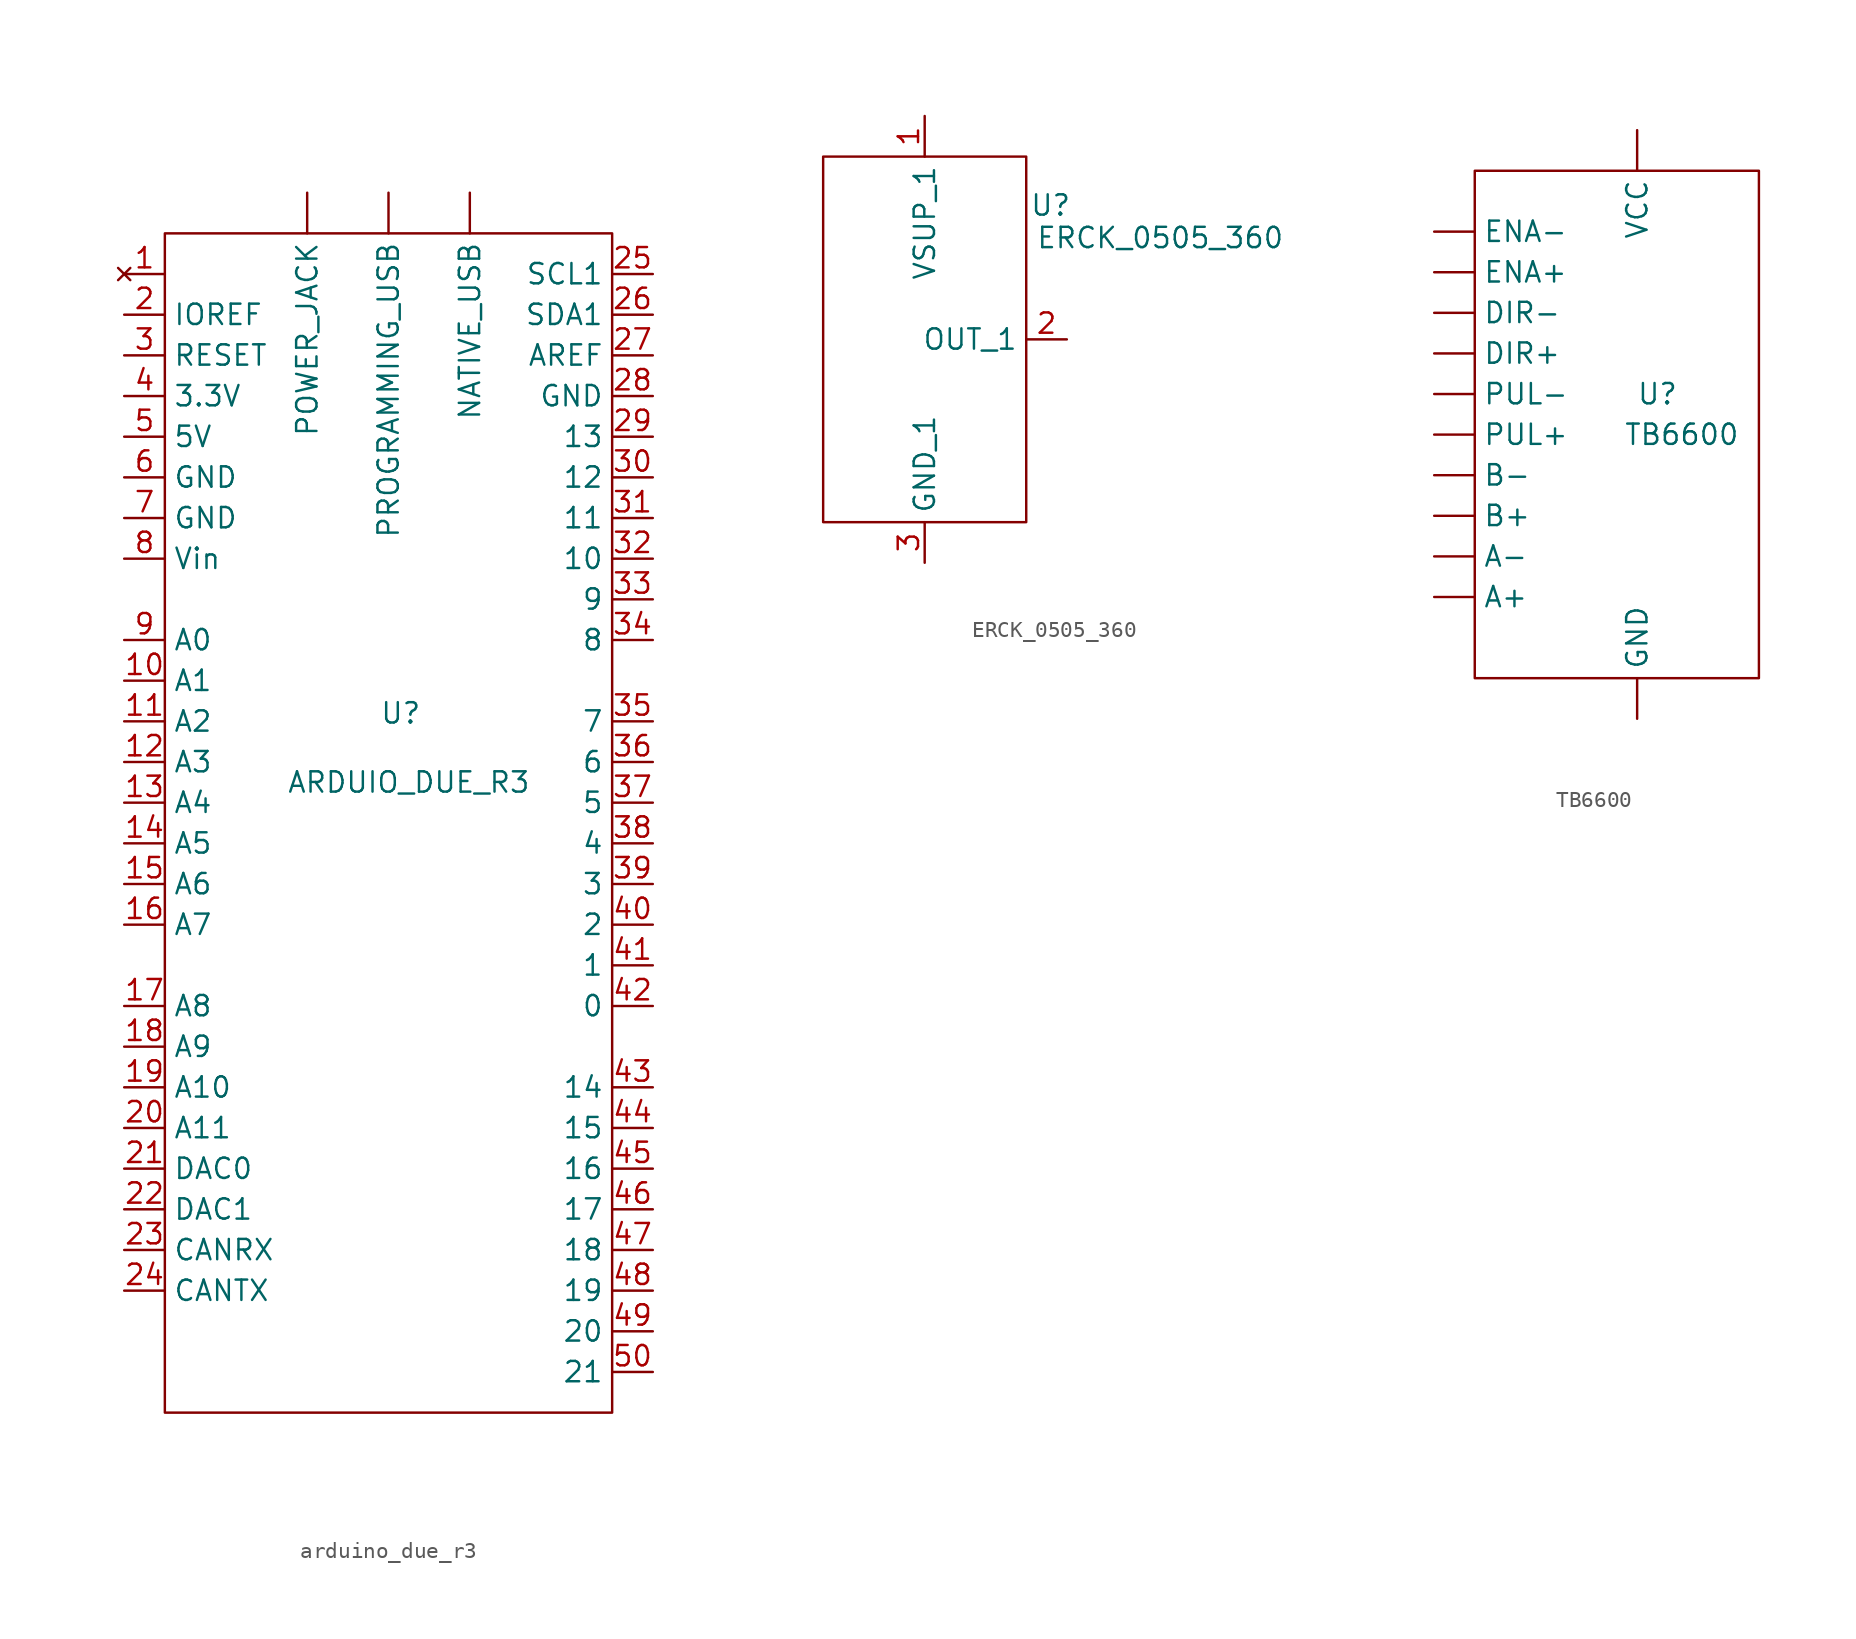
<source format=kicad_sym>
(kicad_symbol_lib
  (version 20241209)
  (generator "kicad_symbol_editor")
  (generator_version "9.0")
  (symbol "arduino_due_r3"
    (property "Reference" "U"
      (at -0.508 4.318 0)
      (effects (font (size 1.27 1.27))))
    (property "Value" "ARDUIO_DUE_R3"
      (at 0 0 0)
      (effects (font (size 1.27 1.27))))
    (symbol "arduino_due_r3_0_1"
      (rectangle (start -15.24 34.29) (end 12.7 -39.37) (stroke (width 0) (type default)) (fill (type none))))
    (symbol "arduino_due_r3_1_1"
      (pin no_connect line (at -17.78 31.75 0) (length 2.54) (name "" (effects (font (size 1.27 1.27)))) (number "1" (effects (font (size 1.27 1.27)))))
      (pin unspecified line (at -17.78 29.21 0) (length 2.54) (name "IOREF" (effects (font (size 1.27 1.27)))) (number "2" (effects (font (size 1.27 1.27)))))
      (pin input line (at -17.78 26.67 0) (length 2.54) (name "RESET" (effects (font (size 1.27 1.27)))) (number "3" (effects (font (size 1.27 1.27)))))
      (pin power_out line (at -17.78 24.13 0) (length 2.54) (name "3.3V" (effects (font (size 1.27 1.27)))) (number "4" (effects (font (size 1.27 1.27)))))
      (pin power_out line (at -17.78 21.59 0) (length 2.54) (name "5V" (effects (font (size 1.27 1.27)))) (number "5" (effects (font (size 1.27 1.27)))))
      (pin power_out line (at -17.78 19.05 0) (length 2.54) (name "GND" (effects (font (size 1.27 1.27)))) (number "6" (effects (font (size 1.27 1.27)))))
      (pin power_out line (at -17.78 16.51 0) (length 2.54) (name "GND" (effects (font (size 1.27 1.27)))) (number "7" (effects (font (size 1.27 1.27)))))
      (pin power_in line (at -17.78 13.97 0) (length 2.54) (name "Vin" (effects (font (size 1.27 1.27)))) (number "8" (effects (font (size 1.27 1.27)))))
      (pin bidirectional line (at -17.78 8.89 0) (length 2.54) (name "A0" (effects (font (size 1.27 1.27)))) (number "9" (effects (font (size 1.27 1.27)))))
      (pin bidirectional line (at -17.78 6.35 0) (length 2.54) (name "A1" (effects (font (size 1.27 1.27)))) (number "10" (effects (font (size 1.27 1.27)))))
      (pin bidirectional line (at -17.78 3.81 0) (length 2.54) (name "A2" (effects (font (size 1.27 1.27)))) (number "11" (effects (font (size 1.27 1.27)))))
      (pin bidirectional line (at -17.78 1.27 0) (length 2.54) (name "A3" (effects (font (size 1.27 1.27)))) (number "12" (effects (font (size 1.27 1.27)))))
      (pin bidirectional line (at -17.78 -1.27 0) (length 2.54) (name "A4" (effects (font (size 1.27 1.27)))) (number "13" (effects (font (size 1.27 1.27)))))
      (pin bidirectional line (at -17.78 -3.81 0) (length 2.54) (name "A5" (effects (font (size 1.27 1.27)))) (number "14" (effects (font (size 1.27 1.27)))))
      (pin bidirectional line (at -17.78 -6.35 0) (length 2.54) (name "A6" (effects (font (size 1.27 1.27)))) (number "15" (effects (font (size 1.27 1.27)))))
      (pin bidirectional line (at -17.78 -8.89 0) (length 2.54) (name "A7" (effects (font (size 1.27 1.27)))) (number "16" (effects (font (size 1.27 1.27)))))
      (pin bidirectional line (at -17.78 -13.97 0) (length 2.54) (name "A8" (effects (font (size 1.27 1.27)))) (number "17" (effects (font (size 1.27 1.27)))))
      (pin bidirectional line (at -17.78 -16.51 0) (length 2.54) (name "A9" (effects (font (size 1.27 1.27)))) (number "18" (effects (font (size 1.27 1.27)))))
      (pin bidirectional line (at -17.78 -19.05 0) (length 2.54) (name "A10" (effects (font (size 1.27 1.27)))) (number "19" (effects (font (size 1.27 1.27)))))
      (pin bidirectional line (at -17.78 -21.59 0) (length 2.54) (name "A11" (effects (font (size 1.27 1.27)))) (number "20" (effects (font (size 1.27 1.27)))))
      (pin bidirectional line (at -17.78 -24.13 0) (length 2.54) (name "DAC0" (effects (font (size 1.27 1.27)))) (number "21" (effects (font (size 1.27 1.27)))))
      (pin bidirectional line (at -17.78 -26.67 0) (length 2.54) (name "DAC1" (effects (font (size 1.27 1.27)))) (number "22" (effects (font (size 1.27 1.27)))))
      (pin bidirectional line (at -17.78 -29.21 0) (length 2.54) (name "CANRX" (effects (font (size 1.27 1.27)))) (number "23" (effects (font (size 1.27 1.27)))))
      (pin bidirectional line (at -17.78 -31.75 0) (length 2.54) (name "CANTX" (effects (font (size 1.27 1.27)))) (number "24" (effects (font (size 1.27 1.27)))))
      (pin bidirectional line (at -6.35 36.83 270) (length 2.54) (name "POWER_JACK" (effects (font (size 1.27 1.27)))) (number "" (effects (font (size 1.27 1.27)))))
      (pin bidirectional line (at -1.27 36.83 270) (length 2.54) (name "PROGRAMMING_USB" (effects (font (size 1.27 1.27)))) (number "" (effects (font (size 1.27 1.27)))))
      (pin bidirectional line (at 3.81 36.83 270) (length 2.54) (name "NATIVE_USB" (effects (font (size 1.27 1.27)))) (number "" (effects (font (size 1.27 1.27)))))
      (pin bidirectional line (at 15.24 31.75 180) (length 2.54) (name "SCL1" (effects (font (size 1.27 1.27)))) (number "25" (effects (font (size 1.27 1.27)))))
      (pin bidirectional line (at 15.24 29.21 180) (length 2.54) (name "SDA1" (effects (font (size 1.27 1.27)))) (number "26" (effects (font (size 1.27 1.27)))))
      (pin unspecified line (at 15.24 26.67 180) (length 2.54) (name "AREF" (effects (font (size 1.27 1.27)))) (number "27" (effects (font (size 1.27 1.27)))))
      (pin power_out line (at 15.24 24.13 180) (length 2.54) (name "GND" (effects (font (size 1.27 1.27)))) (number "28" (effects (font (size 1.27 1.27)))))
      (pin bidirectional line (at 15.24 21.59 180) (length 2.54) (name "13" (effects (font (size 1.27 1.27)))) (number "29" (effects (font (size 1.27 1.27)))))
      (pin bidirectional line (at 15.24 19.05 180) (length 2.54) (name "12" (effects (font (size 1.27 1.27)))) (number "30" (effects (font (size 1.27 1.27)))))
      (pin bidirectional line (at 15.24 16.51 180) (length 2.54) (name "11" (effects (font (size 1.27 1.27)))) (number "31" (effects (font (size 1.27 1.27)))))
      (pin bidirectional line (at 15.24 13.97 180) (length 2.54) (name "10" (effects (font (size 1.27 1.27)))) (number "32" (effects (font (size 1.27 1.27)))))
      (pin bidirectional line (at 15.24 11.43 180) (length 2.54) (name "9" (effects (font (size 1.27 1.27)))) (number "33" (effects (font (size 1.27 1.27)))))
      (pin bidirectional line (at 15.24 8.89 180) (length 2.54) (name "8" (effects (font (size 1.27 1.27)))) (number "34" (effects (font (size 1.27 1.27)))))
      (pin bidirectional line (at 15.24 3.81 180) (length 2.54) (name "7" (effects (font (size 1.27 1.27)))) (number "35" (effects (font (size 1.27 1.27)))))
      (pin bidirectional line (at 15.24 1.27 180) (length 2.54) (name "6" (effects (font (size 1.27 1.27)))) (number "36" (effects (font (size 1.27 1.27)))))
      (pin bidirectional line (at 15.24 -1.27 180) (length 2.54) (name "5" (effects (font (size 1.27 1.27)))) (number "37" (effects (font (size 1.27 1.27)))))
      (pin bidirectional line (at 15.24 -3.81 180) (length 2.54) (name "4" (effects (font (size 1.27 1.27)))) (number "38" (effects (font (size 1.27 1.27)))))
      (pin bidirectional line (at 15.24 -6.35 180) (length 2.54) (name "3" (effects (font (size 1.27 1.27)))) (number "39" (effects (font (size 1.27 1.27)))))
      (pin bidirectional line (at 15.24 -8.89 180) (length 2.54) (name "2" (effects (font (size 1.27 1.27)))) (number "40" (effects (font (size 1.27 1.27)))))
      (pin bidirectional line (at 15.24 -11.43 180) (length 2.54) (name "1" (effects (font (size 1.27 1.27)))) (number "41" (effects (font (size 1.27 1.27)))))
      (pin bidirectional line (at 15.24 -13.97 180) (length 2.54) (name "0" (effects (font (size 1.27 1.27)))) (number "42" (effects (font (size 1.27 1.27)))))
      (pin bidirectional line (at 15.24 -19.05 180) (length 2.54) (name "14" (effects (font (size 1.27 1.27)))) (number "43" (effects (font (size 1.27 1.27)))))
      (pin bidirectional line (at 15.24 -21.59 180) (length 2.54) (name "15" (effects (font (size 1.27 1.27)))) (number "44" (effects (font (size 1.27 1.27)))))
      (pin bidirectional line (at 15.24 -24.13 180) (length 2.54) (name "16" (effects (font (size 1.27 1.27)))) (number "45" (effects (font (size 1.27 1.27)))))
      (pin bidirectional line (at 15.24 -26.67 180) (length 2.54) (name "17" (effects (font (size 1.27 1.27)))) (number "46" (effects (font (size 1.27 1.27)))))
      (pin bidirectional line (at 15.24 -29.21 180) (length 2.54) (name "18" (effects (font (size 1.27 1.27)))) (number "47" (effects (font (size 1.27 1.27)))))
      (pin bidirectional line (at 15.24 -31.75 180) (length 2.54) (name "19" (effects (font (size 1.27 1.27)))) (number "48" (effects (font (size 1.27 1.27)))))
      (pin bidirectional line (at 15.24 -34.29 180) (length 2.54) (name "20" (effects (font (size 1.27 1.27)))) (number "49" (effects (font (size 1.27 1.27)))))
      (pin bidirectional line (at 15.24 -36.83 180) (length 2.54) (name "21" (effects (font (size 1.27 1.27)))) (number "50" (effects (font (size 1.27 1.27)))))))
  (symbol "ERCK_0505_360"
    (property "Reference" "U"
      (at 7.874 8.382 0)
      (effects (font (size 1.27 1.27))))
    (property "Value" "ERCK_0505_360"
      (at 14.732 6.35 0)
      (effects (font (size 1.27 1.27))))
    (symbol "ERCK_0505_360_0_1"
      (rectangle (start -6.35 11.43) (end 6.35 -11.43) (stroke (width 0) (type default)) (fill (type none))))
    (symbol "ERCK_0505_360_1_1"
      (pin power_in line (at 0 13.97 270) (length 2.54) (name "VSUP_1" (effects (font (size 1.27 1.27)))) (number "1" (effects (font (size 1.27 1.27)))))
      (pin power_in line (at 0 -13.97 90) (length 2.54) (name "GND_1" (effects (font (size 1.27 1.27)))) (number "3" (effects (font (size 1.27 1.27)))))
      (pin output line (at 8.89 0 180) (length 2.54) (name "OUT_1" (effects (font (size 1.27 1.27)))) (number "2" (effects (font (size 1.27 1.27)))))))
  (symbol "TB6600"
    (property "Reference" "U"
      (at 2.54 2.54 0)
      (effects (font (size 1.27 1.27))))
    (property "Value" "TB6600"
      (at 4.064 0 0)
      (effects (font (size 1.27 1.27))))
    (symbol "TB6600_0_1"
      (rectangle (start -8.89 16.51) (end 8.89 -15.24) (stroke (width 0) (type default)) (fill (type none))))
    (symbol "TB6600_1_1"
      (pin input line (at -11.43 12.7 0) (length 2.54) (name "ENA-" (effects (font (size 1.27 1.27)))) (number "" (effects (font (size 1.27 1.27)))))
      (pin input line (at -11.43 10.16 0) (length 2.54) (name "ENA+" (effects (font (size 1.27 1.27)))) (number "" (effects (font (size 1.27 1.27)))))
      (pin input line (at -11.43 7.62 0) (length 2.54) (name "DIR-" (effects (font (size 1.27 1.27)))) (number "" (effects (font (size 1.27 1.27)))))
      (pin input line (at -11.43 5.08 0) (length 2.54) (name "DIR+" (effects (font (size 1.27 1.27)))) (number "" (effects (font (size 1.27 1.27)))))
      (pin input line (at -11.43 2.54 0) (length 2.54) (name "PUL-" (effects (font (size 1.27 1.27)))) (number "" (effects (font (size 1.27 1.27)))))
      (pin input line (at -11.43 0 0) (length 2.54) (name "PUL+" (effects (font (size 1.27 1.27)))) (number "" (effects (font (size 1.27 1.27)))))
      (pin output line (at -11.43 -2.54 0) (length 2.54) (name "B-" (effects (font (size 1.27 1.27)))) (number "" (effects (font (size 1.27 1.27)))))
      (pin output line (at -11.43 -5.08 0) (length 2.54) (name "B+" (effects (font (size 1.27 1.27)))) (number "" (effects (font (size 1.27 1.27)))))
      (pin output line (at -11.43 -7.62 0) (length 2.54) (name "A-" (effects (font (size 1.27 1.27)))) (number "" (effects (font (size 1.27 1.27)))))
      (pin output line (at -11.43 -10.16 0) (length 2.54) (name "A+" (effects (font (size 1.27 1.27)))) (number "" (effects (font (size 1.27 1.27)))))
      (pin power_in line (at 1.27 19.05 270) (length 2.54) (name "VCC" (effects (font (size 1.27 1.27)))) (number "" (effects (font (size 1.27 1.27)))))
      (pin power_in line (at 1.27 -17.78 90) (length 2.54) (name "GND" (effects (font (size 1.27 1.27)))) (number "" (effects (font (size 1.27 1.27))))))))
</source>
